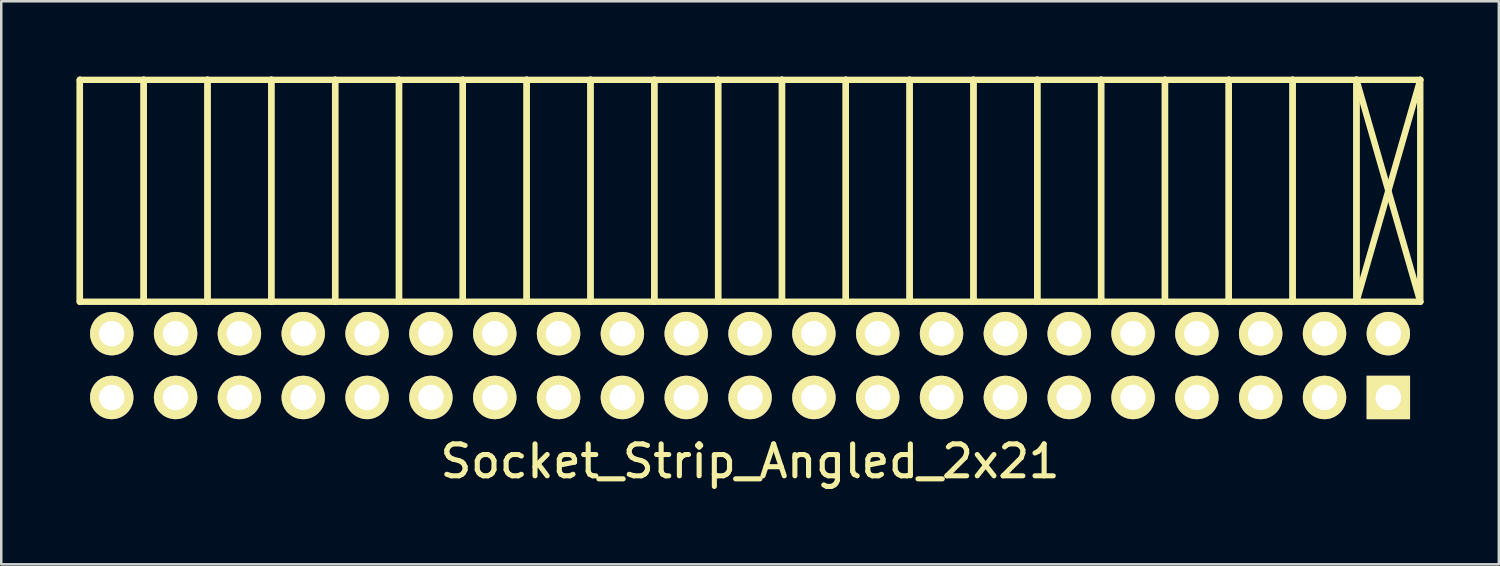
<source format=kicad_pcb>
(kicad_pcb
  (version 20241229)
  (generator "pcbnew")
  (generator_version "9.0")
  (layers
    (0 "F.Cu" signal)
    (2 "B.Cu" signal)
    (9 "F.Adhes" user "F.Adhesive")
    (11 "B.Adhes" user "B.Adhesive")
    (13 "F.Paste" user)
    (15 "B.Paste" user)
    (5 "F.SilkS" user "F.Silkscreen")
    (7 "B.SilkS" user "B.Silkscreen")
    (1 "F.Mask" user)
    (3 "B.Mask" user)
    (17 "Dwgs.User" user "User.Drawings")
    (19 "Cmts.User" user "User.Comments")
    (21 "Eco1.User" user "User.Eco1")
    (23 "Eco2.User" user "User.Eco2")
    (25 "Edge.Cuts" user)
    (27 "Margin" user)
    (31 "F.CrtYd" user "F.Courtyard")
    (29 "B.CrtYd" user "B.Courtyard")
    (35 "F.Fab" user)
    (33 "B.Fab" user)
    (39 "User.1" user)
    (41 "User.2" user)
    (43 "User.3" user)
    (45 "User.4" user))
  (footprint "Socket_Strip_Angled_2x21"
    (layer "F.Cu")
    (at 26.797 11.497)
    (property "Reference" "Socket_Strip_Angled_2x21" (at 0 3.81 0) (layer "F.SilkS") (effects (font (size 1.27 1.27) (thickness 0.203))))
    (attr through_hole)
    (fp_line (start -26.67 -11.37) (end -26.67 -2.54) (stroke (width 0.254) (type solid)) (layer "F.SilkS"))
    (fp_line (start -26.67 -2.54) (end -26.67 -11.37) (stroke (width 0.254) (type solid)) (layer "F.SilkS"))
    (fp_line (start -24.13 -11.37) (end -26.67 -11.37) (stroke (width 0.254) (type solid)) (layer "F.SilkS"))
    (fp_line (start -24.13 -11.37) (end -24.13 -2.54) (stroke (width 0.254) (type solid)) (layer "F.SilkS"))
    (fp_line (start -24.13 -2.54) (end -26.67 -2.54) (stroke (width 0.254) (type solid)) (layer "F.SilkS"))
    (fp_line (start -24.13 -2.54) (end -24.13 -11.37) (stroke (width 0.254) (type solid)) (layer "F.SilkS"))
    (fp_line (start -21.59 -11.37) (end -24.13 -11.37) (stroke (width 0.254) (type solid)) (layer "F.SilkS"))
    (fp_line (start -21.59 -11.37) (end -21.59 -2.54) (stroke (width 0.254) (type solid)) (layer "F.SilkS"))
    (fp_line (start -21.59 -2.54) (end -24.13 -2.54) (stroke (width 0.254) (type solid)) (layer "F.SilkS"))
    (fp_line (start -21.59 -2.54) (end -21.59 -11.37) (stroke (width 0.254) (type solid)) (layer "F.SilkS"))
    (fp_line (start -19.05 -11.37) (end -21.59 -11.37) (stroke (width 0.254) (type solid)) (layer "F.SilkS"))
    (fp_line (start -19.05 -11.37) (end -19.05 -2.54) (stroke (width 0.254) (type solid)) (layer "F.SilkS"))
    (fp_line (start -19.05 -2.54) (end -21.59 -2.54) (stroke (width 0.254) (type solid)) (layer "F.SilkS"))
    (fp_line (start -19.05 -2.54) (end -19.05 -11.37) (stroke (width 0.254) (type solid)) (layer "F.SilkS"))
    (fp_line (start -16.51 -11.37) (end -19.05 -11.37) (stroke (width 0.254) (type solid)) (layer "F.SilkS"))
    (fp_line (start -16.51 -11.37) (end -16.51 -2.54) (stroke (width 0.254) (type solid)) (layer "F.SilkS"))
    (fp_line (start -16.51 -2.54) (end -19.05 -2.54) (stroke (width 0.254) (type solid)) (layer "F.SilkS"))
    (fp_line (start -16.51 -2.54) (end -16.51 -11.37) (stroke (width 0.254) (type solid)) (layer "F.SilkS"))
    (fp_line (start -13.97 -11.37) (end -16.51 -11.37) (stroke (width 0.254) (type solid)) (layer "F.SilkS"))
    (fp_line (start -13.97 -11.37) (end -13.97 -2.54) (stroke (width 0.254) (type solid)) (layer "F.SilkS"))
    (fp_line (start -13.97 -2.54) (end -16.51 -2.54) (stroke (width 0.254) (type solid)) (layer "F.SilkS"))
    (fp_line (start -13.97 -2.54) (end -13.97 -11.37) (stroke (width 0.254) (type solid)) (layer "F.SilkS"))
    (fp_line (start -11.43 -11.37) (end -13.97 -11.37) (stroke (width 0.254) (type solid)) (layer "F.SilkS"))
    (fp_line (start -11.43 -11.37) (end -11.43 -2.54) (stroke (width 0.254) (type solid)) (layer "F.SilkS"))
    (fp_line (start -11.43 -2.54) (end -13.97 -2.54) (stroke (width 0.254) (type solid)) (layer "F.SilkS"))
    (fp_line (start -11.43 -2.54) (end -11.43 -11.37) (stroke (width 0.254) (type solid)) (layer "F.SilkS"))
    (fp_line (start -8.89 -11.37) (end -11.43 -11.37) (stroke (width 0.254) (type solid)) (layer "F.SilkS"))
    (fp_line (start -8.89 -11.37) (end -8.89 -2.54) (stroke (width 0.254) (type solid)) (layer "F.SilkS"))
    (fp_line (start -8.89 -2.54) (end -11.43 -2.54) (stroke (width 0.254) (type solid)) (layer "F.SilkS"))
    (fp_line (start -8.89 -2.54) (end -8.89 -11.37) (stroke (width 0.254) (type solid)) (layer "F.SilkS"))
    (fp_line (start -6.35 -11.37) (end -8.89 -11.37) (stroke (width 0.254) (type solid)) (layer "F.SilkS"))
    (fp_line (start -6.35 -11.37) (end -6.35 -2.54) (stroke (width 0.254) (type solid)) (layer "F.SilkS"))
    (fp_line (start -6.35 -2.54) (end -8.89 -2.54) (stroke (width 0.254) (type solid)) (layer "F.SilkS"))
    (fp_line (start -6.35 -2.54) (end -6.35 -11.37) (stroke (width 0.254) (type solid)) (layer "F.SilkS"))
    (fp_line (start -3.81 -11.37) (end -6.35 -11.37) (stroke (width 0.254) (type solid)) (layer "F.SilkS"))
    (fp_line (start -3.81 -11.37) (end -3.81 -2.54) (stroke (width 0.254) (type solid)) (layer "F.SilkS"))
    (fp_line (start -3.81 -2.54) (end -6.35 -2.54) (stroke (width 0.254) (type solid)) (layer "F.SilkS"))
    (fp_line (start -3.81 -2.54) (end -3.81 -11.37) (stroke (width 0.254) (type solid)) (layer "F.SilkS"))
    (fp_line (start -1.27 -11.37) (end -3.81 -11.37) (stroke (width 0.254) (type solid)) (layer "F.SilkS"))
    (fp_line (start -1.27 -11.37) (end -1.27 -2.54) (stroke (width 0.254) (type solid)) (layer "F.SilkS"))
    (fp_line (start -1.27 -2.54) (end -3.81 -2.54) (stroke (width 0.254) (type solid)) (layer "F.SilkS"))
    (fp_line (start -1.27 -2.54) (end -1.27 -11.37) (stroke (width 0.254) (type solid)) (layer "F.SilkS"))
    (fp_line (start 1.27 -11.37) (end -1.27 -11.37) (stroke (width 0.254) (type solid)) (layer "F.SilkS"))
    (fp_line (start 1.27 -11.37) (end 1.27 -2.54) (stroke (width 0.254) (type solid)) (layer "F.SilkS"))
    (fp_line (start 1.27 -2.54) (end -1.27 -2.54) (stroke (width 0.254) (type solid)) (layer "F.SilkS"))
    (fp_line (start 1.27 -2.54) (end 1.27 -11.37) (stroke (width 0.254) (type solid)) (layer "F.SilkS"))
    (fp_line (start 3.81 -11.37) (end 1.27 -11.37) (stroke (width 0.254) (type solid)) (layer "F.SilkS"))
    (fp_line (start 3.81 -11.37) (end 3.81 -2.54) (stroke (width 0.254) (type solid)) (layer "F.SilkS"))
    (fp_line (start 3.81 -2.54) (end 1.27 -2.54) (stroke (width 0.254) (type solid)) (layer "F.SilkS"))
    (fp_line (start 3.81 -2.54) (end 3.81 -11.37) (stroke (width 0.254) (type solid)) (layer "F.SilkS"))
    (fp_line (start 6.35 -11.37) (end 3.81 -11.37) (stroke (width 0.254) (type solid)) (layer "F.SilkS"))
    (fp_line (start 6.35 -11.37) (end 6.35 -2.54) (stroke (width 0.254) (type solid)) (layer "F.SilkS"))
    (fp_line (start 6.35 -2.54) (end 3.81 -2.54) (stroke (width 0.254) (type solid)) (layer "F.SilkS"))
    (fp_line (start 6.35 -2.54) (end 6.35 -11.37) (stroke (width 0.254) (type solid)) (layer "F.SilkS"))
    (fp_line (start 8.89 -11.37) (end 6.35 -11.37) (stroke (width 0.254) (type solid)) (layer "F.SilkS"))
    (fp_line (start 8.89 -11.37) (end 8.89 -2.54) (stroke (width 0.254) (type solid)) (layer "F.SilkS"))
    (fp_line (start 8.89 -2.54) (end 6.35 -2.54) (stroke (width 0.254) (type solid)) (layer "F.SilkS"))
    (fp_line (start 8.89 -2.54) (end 8.89 -11.37) (stroke (width 0.254) (type solid)) (layer "F.SilkS"))
    (fp_line (start 11.43 -11.37) (end 8.89 -11.37) (stroke (width 0.254) (type solid)) (layer "F.SilkS"))
    (fp_line (start 11.43 -11.37) (end 11.43 -2.54) (stroke (width 0.254) (type solid)) (layer "F.SilkS"))
    (fp_line (start 11.43 -2.54) (end 8.89 -2.54) (stroke (width 0.254) (type solid)) (layer "F.SilkS"))
    (fp_line (start 11.43 -2.54) (end 11.43 -11.37) (stroke (width 0.254) (type solid)) (layer "F.SilkS"))
    (fp_line (start 13.97 -11.37) (end 11.43 -11.37) (stroke (width 0.254) (type solid)) (layer "F.SilkS"))
    (fp_line (start 13.97 -11.37) (end 13.97 -2.54) (stroke (width 0.254) (type solid)) (layer "F.SilkS"))
    (fp_line (start 13.97 -2.54) (end 11.43 -2.54) (stroke (width 0.254) (type solid)) (layer "F.SilkS"))
    (fp_line (start 13.97 -2.54) (end 13.97 -11.37) (stroke (width 0.254) (type solid)) (layer "F.SilkS"))
    (fp_line (start 16.51 -11.37) (end 13.97 -11.37) (stroke (width 0.254) (type solid)) (layer "F.SilkS"))
    (fp_line (start 16.51 -11.37) (end 16.51 -2.54) (stroke (width 0.254) (type solid)) (layer "F.SilkS"))
    (fp_line (start 16.51 -2.54) (end 13.97 -2.54) (stroke (width 0.254) (type solid)) (layer "F.SilkS"))
    (fp_line (start 16.51 -2.54) (end 16.51 -11.37) (stroke (width 0.254) (type solid)) (layer "F.SilkS"))
    (fp_line (start 19.05 -11.37) (end 16.51 -11.37) (stroke (width 0.254) (type solid)) (layer "F.SilkS"))
    (fp_line (start 19.05 -11.37) (end 19.05 -2.54) (stroke (width 0.254) (type solid)) (layer "F.SilkS"))
    (fp_line (start 19.05 -2.54) (end 16.51 -2.54) (stroke (width 0.254) (type solid)) (layer "F.SilkS"))
    (fp_line (start 19.05 -2.54) (end 19.05 -11.37) (stroke (width 0.254) (type solid)) (layer "F.SilkS"))
    (fp_line (start 21.59 -11.37) (end 19.05 -11.37) (stroke (width 0.254) (type solid)) (layer "F.SilkS"))
    (fp_line (start 21.59 -11.37) (end 21.59 -2.54) (stroke (width 0.254) (type solid)) (layer "F.SilkS"))
    (fp_line (start 21.59 -2.54) (end 19.05 -2.54) (stroke (width 0.254) (type solid)) (layer "F.SilkS"))
    (fp_line (start 21.59 -2.54) (end 21.59 -11.37) (stroke (width 0.254) (type solid)) (layer "F.SilkS"))
    (fp_line (start 24.13 -11.37) (end 21.59 -11.37) (stroke (width 0.254) (type solid)) (layer "F.SilkS"))
    (fp_line (start 24.13 -11.37) (end 24.13 -2.54) (stroke (width 0.254) (type solid)) (layer "F.SilkS"))
    (fp_line (start 24.13 -2.54) (end 21.59 -2.54) (stroke (width 0.254) (type solid)) (layer "F.SilkS"))
    (fp_line (start 24.13 -2.54) (end 24.13 -11.37) (stroke (width 0.254) (type solid)) (layer "F.SilkS"))
    (fp_line (start 26.67 -11.37) (end 24.13 -11.37) (stroke (width 0.254) (type solid)) (layer "F.SilkS"))
    (fp_line (start 26.67 -11.37) (end 24.13 -2.54) (stroke (width 0.254) (type solid)) (layer "F.SilkS"))
    (fp_line (start 26.67 -2.54) (end 24.13 -11.37) (stroke (width 0.254) (type solid)) (layer "F.SilkS"))
    (fp_line (start 26.67 -2.54) (end 24.13 -2.54) (stroke (width 0.254) (type solid)) (layer "F.SilkS"))
    (fp_line (start 26.67 -2.54) (end 26.67 -11.37) (stroke (width 0.254) (type solid)) (layer "F.SilkS"))
    (pad "1" thru_hole rect (at 25.4 1.27 180) (size 1.727 1.727) (drill 1.016) (layers "*.Cu" "*.Mask" "F.SilkS"))
    (pad "2" thru_hole oval (at 25.4 -1.27 180) (size 1.727 1.727) (drill 1.016) (layers "*.Cu" "*.Mask" "F.SilkS"))
    (pad "3" thru_hole oval (at 22.86 1.27 180) (size 1.727 1.727) (drill 1.016) (layers "*.Cu" "*.Mask" "F.SilkS"))
    (pad "4" thru_hole oval (at 22.86 -1.27 180) (size 1.727 1.727) (drill 1.016) (layers "*.Cu" "*.Mask" "F.SilkS"))
    (pad "5" thru_hole oval (at 20.32 1.27 180) (size 1.727 1.727) (drill 1.016) (layers "*.Cu" "*.Mask" "F.SilkS"))
    (pad "6" thru_hole oval (at 20.32 -1.27 180) (size 1.727 1.727) (drill 1.016) (layers "*.Cu" "*.Mask" "F.SilkS"))
    (pad "7" thru_hole oval (at 17.78 1.27 180) (size 1.727 1.727) (drill 1.016) (layers "*.Cu" "*.Mask" "F.SilkS"))
    (pad "8" thru_hole oval (at 17.78 -1.27 180) (size 1.727 1.727) (drill 1.016) (layers "*.Cu" "*.Mask" "F.SilkS"))
    (pad "9" thru_hole oval (at 15.24 1.27 180) (size 1.727 1.727) (drill 1.016) (layers "*.Cu" "*.Mask" "F.SilkS"))
    (pad "10" thru_hole oval (at 15.24 -1.27 180) (size 1.727 1.727) (drill 1.016) (layers "*.Cu" "*.Mask" "F.SilkS"))
    (pad "11" thru_hole oval (at 12.7 1.27 180) (size 1.727 1.727) (drill 1.016) (layers "*.Cu" "*.Mask" "F.SilkS"))
    (pad "12" thru_hole oval (at 12.7 -1.27 180) (size 1.727 1.727) (drill 1.016) (layers "*.Cu" "*.Mask" "F.SilkS"))
    (pad "13" thru_hole oval (at 10.16 1.27 180) (size 1.727 1.727) (drill 1.016) (layers "*.Cu" "*.Mask" "F.SilkS"))
    (pad "14" thru_hole oval (at 10.16 -1.27 180) (size 1.727 1.727) (drill 1.016) (layers "*.Cu" "*.Mask" "F.SilkS"))
    (pad "15" thru_hole oval (at 7.62 1.27 180) (size 1.727 1.727) (drill 1.016) (layers "*.Cu" "*.Mask" "F.SilkS"))
    (pad "16" thru_hole oval (at 7.62 -1.27 180) (size 1.727 1.727) (drill 1.016) (layers "*.Cu" "*.Mask" "F.SilkS"))
    (pad "17" thru_hole oval (at 5.08 1.27 180) (size 1.727 1.727) (drill 1.016) (layers "*.Cu" "*.Mask" "F.SilkS"))
    (pad "18" thru_hole oval (at 5.08 -1.27 180) (size 1.727 1.727) (drill 1.016) (layers "*.Cu" "*.Mask" "F.SilkS"))
    (pad "19" thru_hole oval (at 2.54 1.27 180) (size 1.727 1.727) (drill 1.016) (layers "*.Cu" "*.Mask" "F.SilkS"))
    (pad "20" thru_hole oval (at 2.54 -1.27 180) (size 1.727 1.727) (drill 1.016) (layers "*.Cu" "*.Mask" "F.SilkS"))
    (pad "21" thru_hole oval (at 0 1.27 180) (size 1.727 1.727) (drill 1.016) (layers "*.Cu" "*.Mask" "F.SilkS"))
    (pad "22" thru_hole oval (at 0 -1.27 180) (size 1.727 1.727) (drill 1.016) (layers "*.Cu" "*.Mask" "F.SilkS"))
    (pad "23" thru_hole oval (at -2.54 1.27 180) (size 1.727 1.727) (drill 1.016) (layers "*.Cu" "*.Mask" "F.SilkS"))
    (pad "24" thru_hole oval (at -2.54 -1.27 180) (size 1.727 1.727) (drill 1.016) (layers "*.Cu" "*.Mask" "F.SilkS"))
    (pad "25" thru_hole oval (at -5.08 1.27 180) (size 1.727 1.727) (drill 1.016) (layers "*.Cu" "*.Mask" "F.SilkS"))
    (pad "26" thru_hole oval (at -5.08 -1.27 180) (size 1.727 1.727) (drill 1.016) (layers "*.Cu" "*.Mask" "F.SilkS"))
    (pad "27" thru_hole oval (at -7.62 1.27 180) (size 1.727 1.727) (drill 1.016) (layers "*.Cu" "*.Mask" "F.SilkS"))
    (pad "28" thru_hole oval (at -7.62 -1.27 180) (size 1.727 1.727) (drill 1.016) (layers "*.Cu" "*.Mask" "F.SilkS"))
    (pad "29" thru_hole oval (at -10.16 1.27 180) (size 1.727 1.727) (drill 1.016) (layers "*.Cu" "*.Mask" "F.SilkS"))
    (pad "30" thru_hole oval (at -10.16 -1.27 180) (size 1.727 1.727) (drill 1.016) (layers "*.Cu" "*.Mask" "F.SilkS"))
    (pad "31" thru_hole oval (at -12.7 1.27 180) (size 1.727 1.727) (drill 1.016) (layers "*.Cu" "*.Mask" "F.SilkS"))
    (pad "32" thru_hole oval (at -12.7 -1.27 180) (size 1.727 1.727) (drill 1.016) (layers "*.Cu" "*.Mask" "F.SilkS"))
    (pad "33" thru_hole oval (at -15.24 1.27 180) (size 1.727 1.727) (drill 1.016) (layers "*.Cu" "*.Mask" "F.SilkS"))
    (pad "34" thru_hole oval (at -15.24 -1.27 180) (size 1.727 1.727) (drill 1.016) (layers "*.Cu" "*.Mask" "F.SilkS"))
    (pad "35" thru_hole oval (at -17.78 1.27 180) (size 1.727 1.727) (drill 1.016) (layers "*.Cu" "*.Mask" "F.SilkS"))
    (pad "36" thru_hole oval (at -17.78 -1.27 180) (size 1.727 1.727) (drill 1.016) (layers "*.Cu" "*.Mask" "F.SilkS"))
    (pad "37" thru_hole oval (at -20.32 1.27 180) (size 1.727 1.727) (drill 1.016) (layers "*.Cu" "*.Mask" "F.SilkS"))
    (pad "38" thru_hole oval (at -20.32 -1.27 180) (size 1.727 1.727) (drill 1.016) (layers "*.Cu" "*.Mask" "F.SilkS"))
    (pad "39" thru_hole oval (at -22.86 1.27 180) (size 1.727 1.727) (drill 1.016) (layers "*.Cu" "*.Mask" "F.SilkS"))
    (pad "40" thru_hole oval (at -22.86 -1.27 180) (size 1.727 1.727) (drill 1.016) (layers "*.Cu" "*.Mask" "F.SilkS"))
    (pad "41" thru_hole oval (at -25.4 1.27 180) (size 1.727 1.727) (drill 1.016) (layers "*.Cu" "*.Mask" "F.SilkS"))
    (pad "42" thru_hole oval (at -25.4 -1.27 180) (size 1.727 1.727) (drill 1.016) (layers "*.Cu" "*.Mask" "F.SilkS")))
  (gr_rect
    (start -3 -3)
    (end 56.594 19.407)
    (stroke (width 0.1) (type default))
    (fill no)
    (layer "Edge.Cuts")))
</source>
